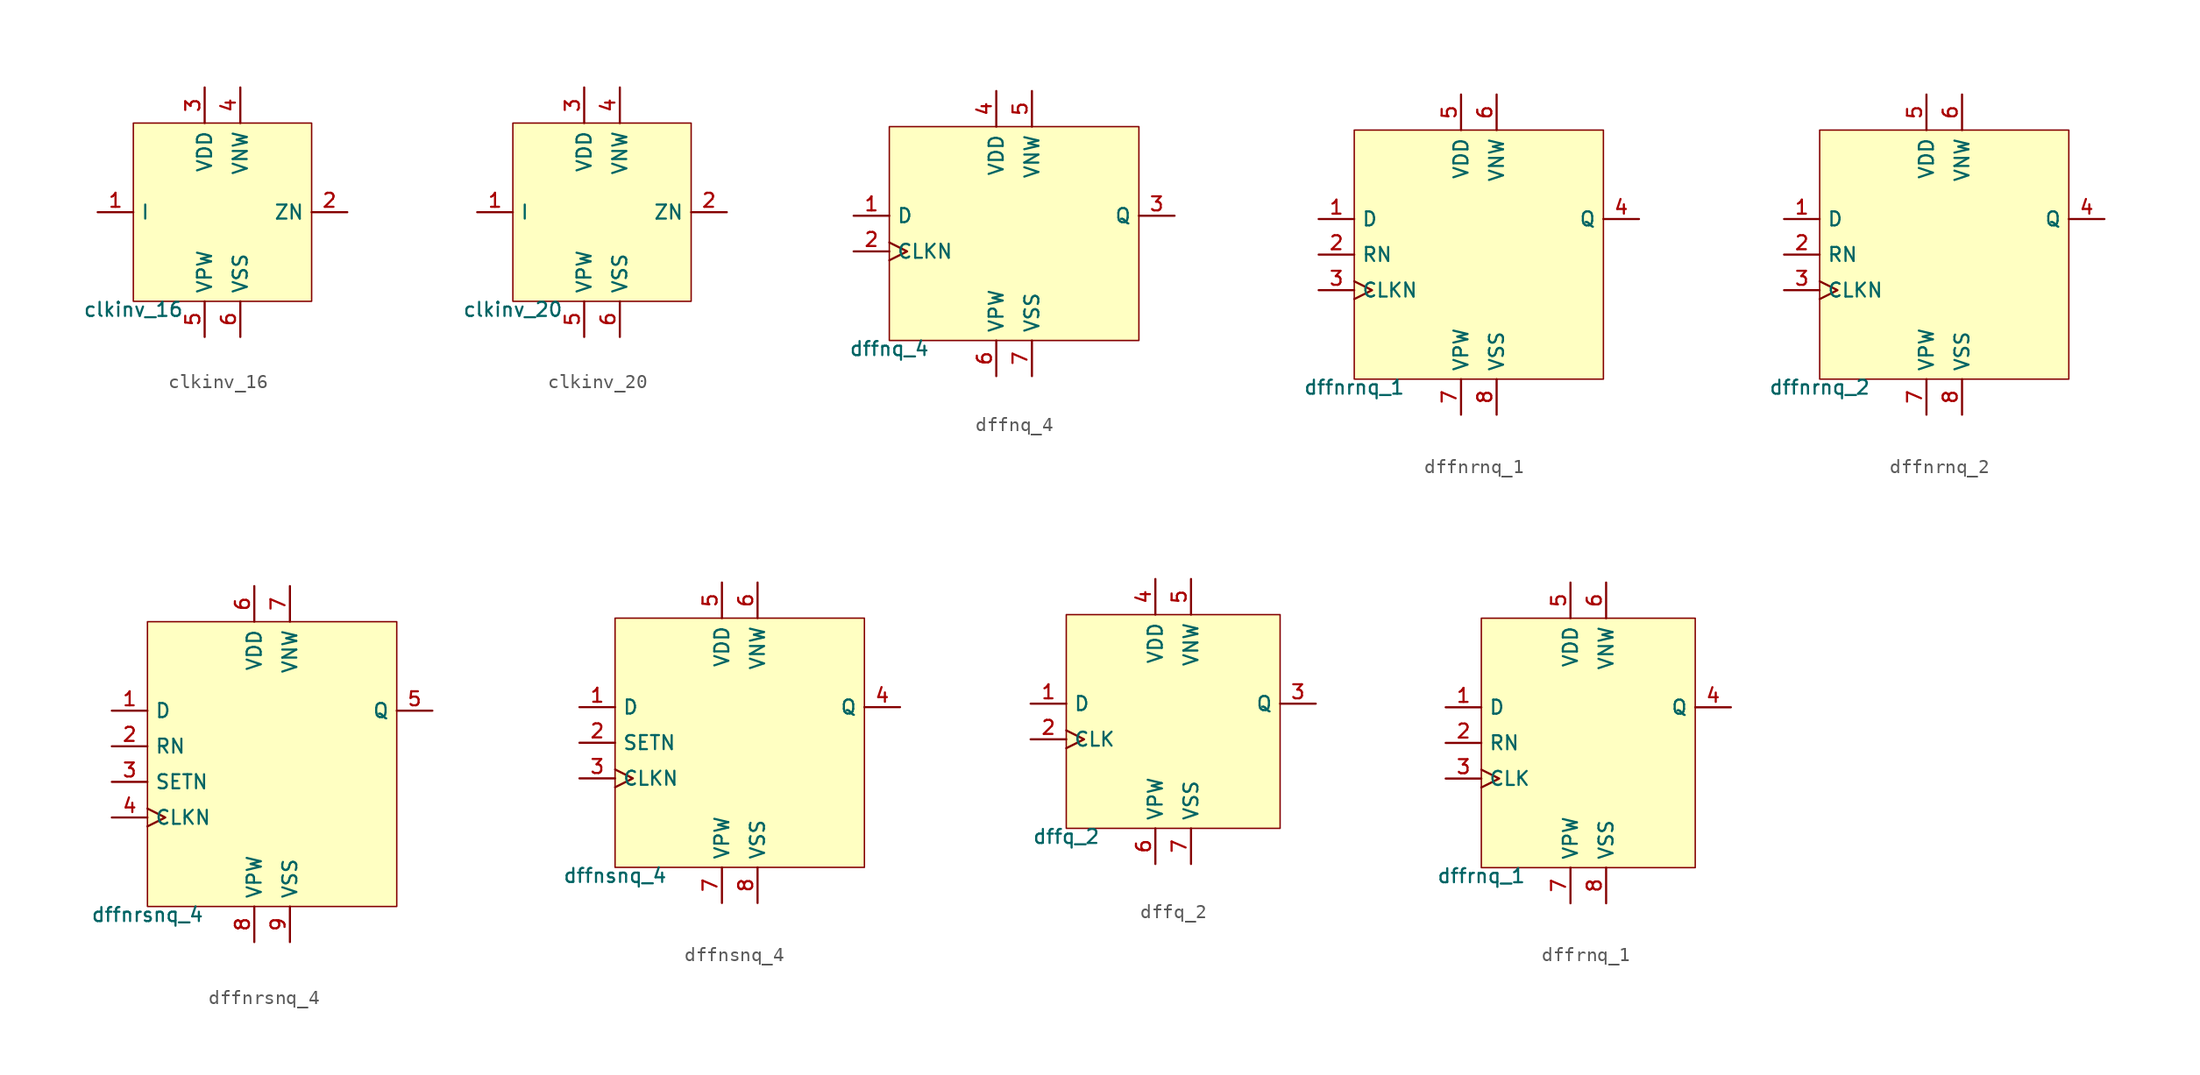
<source format=kicad_sym>
(kicad_symbol_lib
  (version 20211014)
  (generator pdk2kicad)
  (symbol "clkinv_16"
    (property "Reference" "X"
      (at 0 0 0)
      (effects (font (size 1 1)) hide))
    (property "Value" "clkinv_16"
      (at -6.35 -6.35 0)
      (effects (font (size 1 1)) (justify top)))
    (rectangle
      (start -6.35 -6.35)
      (end 6.35 6.35)
      (stroke (width 0.1) (type solid) (color 0 0 0 0))
      (fill (type background)))
    (pin input line
      (at -8.89 -4.440892098500626e-16 0)
      (length 2.54)
      (name "I" (effects (font (size 1 1)) hide))
      (number "1" (effects (font (size 1 1)) hide)))
    (pin output line
      (at 8.89 -4.440892098500626e-16 180)
      (length 2.54)
      (name "ZN" (effects (font (size 1 1)) hide))
      (number "2" (effects (font (size 1 1)) hide)))
    (pin power_in line
      (at -1.27 8.89 270)
      (length 2.54)
      (name "VDD" (effects (font (size 1 1)) hide))
      (number "3" (effects (font (size 1 1)) hide)))
    (pin power_in line
      (at 1.27 8.89 270)
      (length 2.54)
      (name "VNW" (effects (font (size 1 1)) hide))
      (number "4" (effects (font (size 1 1)) hide)))
    (pin power_in line
      (at -1.27 -8.89 90)
      (length 2.54)
      (name "VPW" (effects (font (size 1 1)) hide))
      (number "5" (effects (font (size 1 1)) hide)))
    (pin power_in line
      (at 1.27 -8.89 90)
      (length 2.54)
      (name "VSS" (effects (font (size 1 1)) hide))
      (number "6" (effects (font (size 1 1)) hide))))
  (symbol "clkinv_20"
    (property "Reference" "X"
      (at 0 0 0)
      (effects (font (size 1 1)) hide))
    (property "Value" "clkinv_20"
      (at -6.35 -6.35 0)
      (effects (font (size 1 1)) (justify top)))
    (rectangle
      (start -6.35 -6.35)
      (end 6.35 6.35)
      (stroke (width 0.1) (type solid) (color 0 0 0 0))
      (fill (type background)))
    (pin input line
      (at -8.89 -4.440892098500626e-16 0)
      (length 2.54)
      (name "I" (effects (font (size 1 1)) hide))
      (number "1" (effects (font (size 1 1)) hide)))
    (pin output line
      (at 8.89 -4.440892098500626e-16 180)
      (length 2.54)
      (name "ZN" (effects (font (size 1 1)) hide))
      (number "2" (effects (font (size 1 1)) hide)))
    (pin power_in line
      (at -1.27 8.89 270)
      (length 2.54)
      (name "VDD" (effects (font (size 1 1)) hide))
      (number "3" (effects (font (size 1 1)) hide)))
    (pin power_in line
      (at 1.27 8.89 270)
      (length 2.54)
      (name "VNW" (effects (font (size 1 1)) hide))
      (number "4" (effects (font (size 1 1)) hide)))
    (pin power_in line
      (at -1.27 -8.89 90)
      (length 2.54)
      (name "VPW" (effects (font (size 1 1)) hide))
      (number "5" (effects (font (size 1 1)) hide)))
    (pin power_in line
      (at 1.27 -8.89 90)
      (length 2.54)
      (name "VSS" (effects (font (size 1 1)) hide))
      (number "6" (effects (font (size 1 1)) hide))))
  (symbol "dffnq_4"
    (property "Reference" "X"
      (at 0 0 0)
      (effects (font (size 1 1)) hide))
    (property "Value" "dffnq_4"
      (at -8.89 -7.62 0)
      (effects (font (size 1 1)) (justify top)))
    (rectangle
      (start -8.89 -7.62)
      (end 8.89 7.62)
      (stroke (width 0.1) (type solid) (color 0 0 0 0))
      (fill (type background)))
    (pin input line
      (at -11.43 1.27 0)
      (length 2.54)
      (name "D" (effects (font (size 1 1)) hide))
      (number "1" (effects (font (size 1 1)) hide)))
    (pin input clock
      (at -11.43 -1.27 0)
      (length 2.54)
      (name "CLKN" (effects (font (size 1 1)) hide))
      (number "2" (effects (font (size 1 1)) hide)))
    (pin output line
      (at 11.43 1.27 180)
      (length 2.54)
      (name "Q" (effects (font (size 1 1)) hide))
      (number "3" (effects (font (size 1 1)) hide)))
    (pin power_in line
      (at -1.27 10.16 270)
      (length 2.54)
      (name "VDD" (effects (font (size 1 1)) hide))
      (number "4" (effects (font (size 1 1)) hide)))
    (pin power_in line
      (at 1.27 10.16 270)
      (length 2.54)
      (name "VNW" (effects (font (size 1 1)) hide))
      (number "5" (effects (font (size 1 1)) hide)))
    (pin power_in line
      (at -1.27 -10.16 90)
      (length 2.54)
      (name "VPW" (effects (font (size 1 1)) hide))
      (number "6" (effects (font (size 1 1)) hide)))
    (pin power_in line
      (at 1.27 -10.16 90)
      (length 2.54)
      (name "VSS" (effects (font (size 1 1)) hide))
      (number "7" (effects (font (size 1 1)) hide))))
  (symbol "dffnrnq_1"
    (property "Reference" "X"
      (at 0 0 0)
      (effects (font (size 1 1)) hide))
    (property "Value" "dffnrnq_1"
      (at -8.89 -8.89 0)
      (effects (font (size 1 1)) (justify top)))
    (rectangle
      (start -8.89 -8.89)
      (end 8.89 8.89)
      (stroke (width 0.1) (type solid) (color 0 0 0 0))
      (fill (type background)))
    (pin input line
      (at -11.43 2.54 0)
      (length 2.54)
      (name "D" (effects (font (size 1 1)) hide))
      (number "1" (effects (font (size 1 1)) hide)))
    (pin input line
      (at -11.43 4.440892098500626e-16 0)
      (length 2.54)
      (name "RN" (effects (font (size 1 1)) hide))
      (number "2" (effects (font (size 1 1)) hide)))
    (pin input clock
      (at -11.43 -2.54 0)
      (length 2.54)
      (name "CLKN" (effects (font (size 1 1)) hide))
      (number "3" (effects (font (size 1 1)) hide)))
    (pin output line
      (at 11.43 2.54 180)
      (length 2.54)
      (name "Q" (effects (font (size 1 1)) hide))
      (number "4" (effects (font (size 1 1)) hide)))
    (pin power_in line
      (at -1.27 11.43 270)
      (length 2.54)
      (name "VDD" (effects (font (size 1 1)) hide))
      (number "5" (effects (font (size 1 1)) hide)))
    (pin power_in line
      (at 1.27 11.43 270)
      (length 2.54)
      (name "VNW" (effects (font (size 1 1)) hide))
      (number "6" (effects (font (size 1 1)) hide)))
    (pin power_in line
      (at -1.27 -11.43 90)
      (length 2.54)
      (name "VPW" (effects (font (size 1 1)) hide))
      (number "7" (effects (font (size 1 1)) hide)))
    (pin power_in line
      (at 1.27 -11.43 90)
      (length 2.54)
      (name "VSS" (effects (font (size 1 1)) hide))
      (number "8" (effects (font (size 1 1)) hide))))
  (symbol "dffnrnq_2"
    (property "Reference" "X"
      (at 0 0 0)
      (effects (font (size 1 1)) hide))
    (property "Value" "dffnrnq_2"
      (at -8.89 -8.89 0)
      (effects (font (size 1 1)) (justify top)))
    (rectangle
      (start -8.89 -8.89)
      (end 8.89 8.89)
      (stroke (width 0.1) (type solid) (color 0 0 0 0))
      (fill (type background)))
    (pin input line
      (at -11.43 2.54 0)
      (length 2.54)
      (name "D" (effects (font (size 1 1)) hide))
      (number "1" (effects (font (size 1 1)) hide)))
    (pin input line
      (at -11.43 4.440892098500626e-16 0)
      (length 2.54)
      (name "RN" (effects (font (size 1 1)) hide))
      (number "2" (effects (font (size 1 1)) hide)))
    (pin input clock
      (at -11.43 -2.54 0)
      (length 2.54)
      (name "CLKN" (effects (font (size 1 1)) hide))
      (number "3" (effects (font (size 1 1)) hide)))
    (pin output line
      (at 11.43 2.54 180)
      (length 2.54)
      (name "Q" (effects (font (size 1 1)) hide))
      (number "4" (effects (font (size 1 1)) hide)))
    (pin power_in line
      (at -1.27 11.43 270)
      (length 2.54)
      (name "VDD" (effects (font (size 1 1)) hide))
      (number "5" (effects (font (size 1 1)) hide)))
    (pin power_in line
      (at 1.27 11.43 270)
      (length 2.54)
      (name "VNW" (effects (font (size 1 1)) hide))
      (number "6" (effects (font (size 1 1)) hide)))
    (pin power_in line
      (at -1.27 -11.43 90)
      (length 2.54)
      (name "VPW" (effects (font (size 1 1)) hide))
      (number "7" (effects (font (size 1 1)) hide)))
    (pin power_in line
      (at 1.27 -11.43 90)
      (length 2.54)
      (name "VSS" (effects (font (size 1 1)) hide))
      (number "8" (effects (font (size 1 1)) hide))))
  (symbol "dffnrsnq_4"
    (property "Reference" "X"
      (at 0 0 0)
      (effects (font (size 1 1)) hide))
    (property "Value" "dffnrsnq_4"
      (at -8.89 -10.16 0)
      (effects (font (size 1 1)) (justify top)))
    (rectangle
      (start -8.89 -10.16)
      (end 8.89 10.16)
      (stroke (width 0.1) (type solid) (color 0 0 0 0))
      (fill (type background)))
    (pin input line
      (at -11.43 3.81 0)
      (length 2.54)
      (name "D" (effects (font (size 1 1)) hide))
      (number "1" (effects (font (size 1 1)) hide)))
    (pin input line
      (at -11.43 1.27 0)
      (length 2.54)
      (name "RN" (effects (font (size 1 1)) hide))
      (number "2" (effects (font (size 1 1)) hide)))
    (pin input line
      (at -11.43 -1.27 0)
      (length 2.54)
      (name "SETN" (effects (font (size 1 1)) hide))
      (number "3" (effects (font (size 1 1)) hide)))
    (pin input clock
      (at -11.43 -3.81 0)
      (length 2.54)
      (name "CLKN" (effects (font (size 1 1)) hide))
      (number "4" (effects (font (size 1 1)) hide)))
    (pin output line
      (at 11.43 3.81 180)
      (length 2.54)
      (name "Q" (effects (font (size 1 1)) hide))
      (number "5" (effects (font (size 1 1)) hide)))
    (pin power_in line
      (at -1.27 12.7 270)
      (length 2.54)
      (name "VDD" (effects (font (size 1 1)) hide))
      (number "6" (effects (font (size 1 1)) hide)))
    (pin power_in line
      (at 1.27 12.7 270)
      (length 2.54)
      (name "VNW" (effects (font (size 1 1)) hide))
      (number "7" (effects (font (size 1 1)) hide)))
    (pin power_in line
      (at -1.27 -12.7 90)
      (length 2.54)
      (name "VPW" (effects (font (size 1 1)) hide))
      (number "8" (effects (font (size 1 1)) hide)))
    (pin power_in line
      (at 1.27 -12.7 90)
      (length 2.54)
      (name "VSS" (effects (font (size 1 1)) hide))
      (number "9" (effects (font (size 1 1)) hide))))
  (symbol "dffnsnq_4"
    (property "Reference" "X"
      (at 0 0 0)
      (effects (font (size 1 1)) hide))
    (property "Value" "dffnsnq_4"
      (at -8.89 -8.89 0)
      (effects (font (size 1 1)) (justify top)))
    (rectangle
      (start -8.89 -8.89)
      (end 8.89 8.89)
      (stroke (width 0.1) (type solid) (color 0 0 0 0))
      (fill (type background)))
    (pin input line
      (at -11.43 2.54 0)
      (length 2.54)
      (name "D" (effects (font (size 1 1)) hide))
      (number "1" (effects (font (size 1 1)) hide)))
    (pin input line
      (at -11.43 4.440892098500626e-16 0)
      (length 2.54)
      (name "SETN" (effects (font (size 1 1)) hide))
      (number "2" (effects (font (size 1 1)) hide)))
    (pin input clock
      (at -11.43 -2.54 0)
      (length 2.54)
      (name "CLKN" (effects (font (size 1 1)) hide))
      (number "3" (effects (font (size 1 1)) hide)))
    (pin output line
      (at 11.43 2.54 180)
      (length 2.54)
      (name "Q" (effects (font (size 1 1)) hide))
      (number "4" (effects (font (size 1 1)) hide)))
    (pin power_in line
      (at -1.27 11.43 270)
      (length 2.54)
      (name "VDD" (effects (font (size 1 1)) hide))
      (number "5" (effects (font (size 1 1)) hide)))
    (pin power_in line
      (at 1.27 11.43 270)
      (length 2.54)
      (name "VNW" (effects (font (size 1 1)) hide))
      (number "6" (effects (font (size 1 1)) hide)))
    (pin power_in line
      (at -1.27 -11.43 90)
      (length 2.54)
      (name "VPW" (effects (font (size 1 1)) hide))
      (number "7" (effects (font (size 1 1)) hide)))
    (pin power_in line
      (at 1.27 -11.43 90)
      (length 2.54)
      (name "VSS" (effects (font (size 1 1)) hide))
      (number "8" (effects (font (size 1 1)) hide))))
  (symbol "dffq_2"
    (property "Reference" "X"
      (at 0 0 0)
      (effects (font (size 1 1)) hide))
    (property "Value" "dffq_2"
      (at -7.62 -7.62 0)
      (effects (font (size 1 1)) (justify top)))
    (rectangle
      (start -7.62 -7.62)
      (end 7.62 7.62)
      (stroke (width 0.1) (type solid) (color 0 0 0 0))
      (fill (type background)))
    (pin input line
      (at -10.16 1.27 0)
      (length 2.54)
      (name "D" (effects (font (size 1 1)) hide))
      (number "1" (effects (font (size 1 1)) hide)))
    (pin input clock
      (at -10.16 -1.27 0)
      (length 2.54)
      (name "CLK" (effects (font (size 1 1)) hide))
      (number "2" (effects (font (size 1 1)) hide)))
    (pin output line
      (at 10.16 1.27 180)
      (length 2.54)
      (name "Q" (effects (font (size 1 1)) hide))
      (number "3" (effects (font (size 1 1)) hide)))
    (pin power_in line
      (at -1.27 10.16 270)
      (length 2.54)
      (name "VDD" (effects (font (size 1 1)) hide))
      (number "4" (effects (font (size 1 1)) hide)))
    (pin power_in line
      (at 1.27 10.16 270)
      (length 2.54)
      (name "VNW" (effects (font (size 1 1)) hide))
      (number "5" (effects (font (size 1 1)) hide)))
    (pin power_in line
      (at -1.27 -10.16 90)
      (length 2.54)
      (name "VPW" (effects (font (size 1 1)) hide))
      (number "6" (effects (font (size 1 1)) hide)))
    (pin power_in line
      (at 1.27 -10.16 90)
      (length 2.54)
      (name "VSS" (effects (font (size 1 1)) hide))
      (number "7" (effects (font (size 1 1)) hide))))
  (symbol "dffrnq_1"
    (property "Reference" "X"
      (at 0 0 0)
      (effects (font (size 1 1)) hide))
    (property "Value" "dffrnq_1"
      (at -7.62 -8.89 0)
      (effects (font (size 1 1)) (justify top)))
    (rectangle
      (start -7.62 -8.89)
      (end 7.62 8.89)
      (stroke (width 0.1) (type solid) (color 0 0 0 0))
      (fill (type background)))
    (pin input line
      (at -10.16 2.54 0)
      (length 2.54)
      (name "D" (effects (font (size 1 1)) hide))
      (number "1" (effects (font (size 1 1)) hide)))
    (pin input line
      (at -10.16 4.440892098500626e-16 0)
      (length 2.54)
      (name "RN" (effects (font (size 1 1)) hide))
      (number "2" (effects (font (size 1 1)) hide)))
    (pin input clock
      (at -10.16 -2.54 0)
      (length 2.54)
      (name "CLK" (effects (font (size 1 1)) hide))
      (number "3" (effects (font (size 1 1)) hide)))
    (pin output line
      (at 10.16 2.54 180)
      (length 2.54)
      (name "Q" (effects (font (size 1 1)) hide))
      (number "4" (effects (font (size 1 1)) hide)))
    (pin power_in line
      (at -1.27 11.43 270)
      (length 2.54)
      (name "VDD" (effects (font (size 1 1)) hide))
      (number "5" (effects (font (size 1 1)) hide)))
    (pin power_in line
      (at 1.27 11.43 270)
      (length 2.54)
      (name "VNW" (effects (font (size 1 1)) hide))
      (number "6" (effects (font (size 1 1)) hide)))
    (pin power_in line
      (at -1.27 -11.43 90)
      (length 2.54)
      (name "VPW" (effects (font (size 1 1)) hide))
      (number "7" (effects (font (size 1 1)) hide)))
    (pin power_in line
      (at 1.27 -11.43 90)
      (length 2.54)
      (name "VSS" (effects (font (size 1 1)) hide))
      (number "8" (effects (font (size 1 1)) hide)))))
</source>
